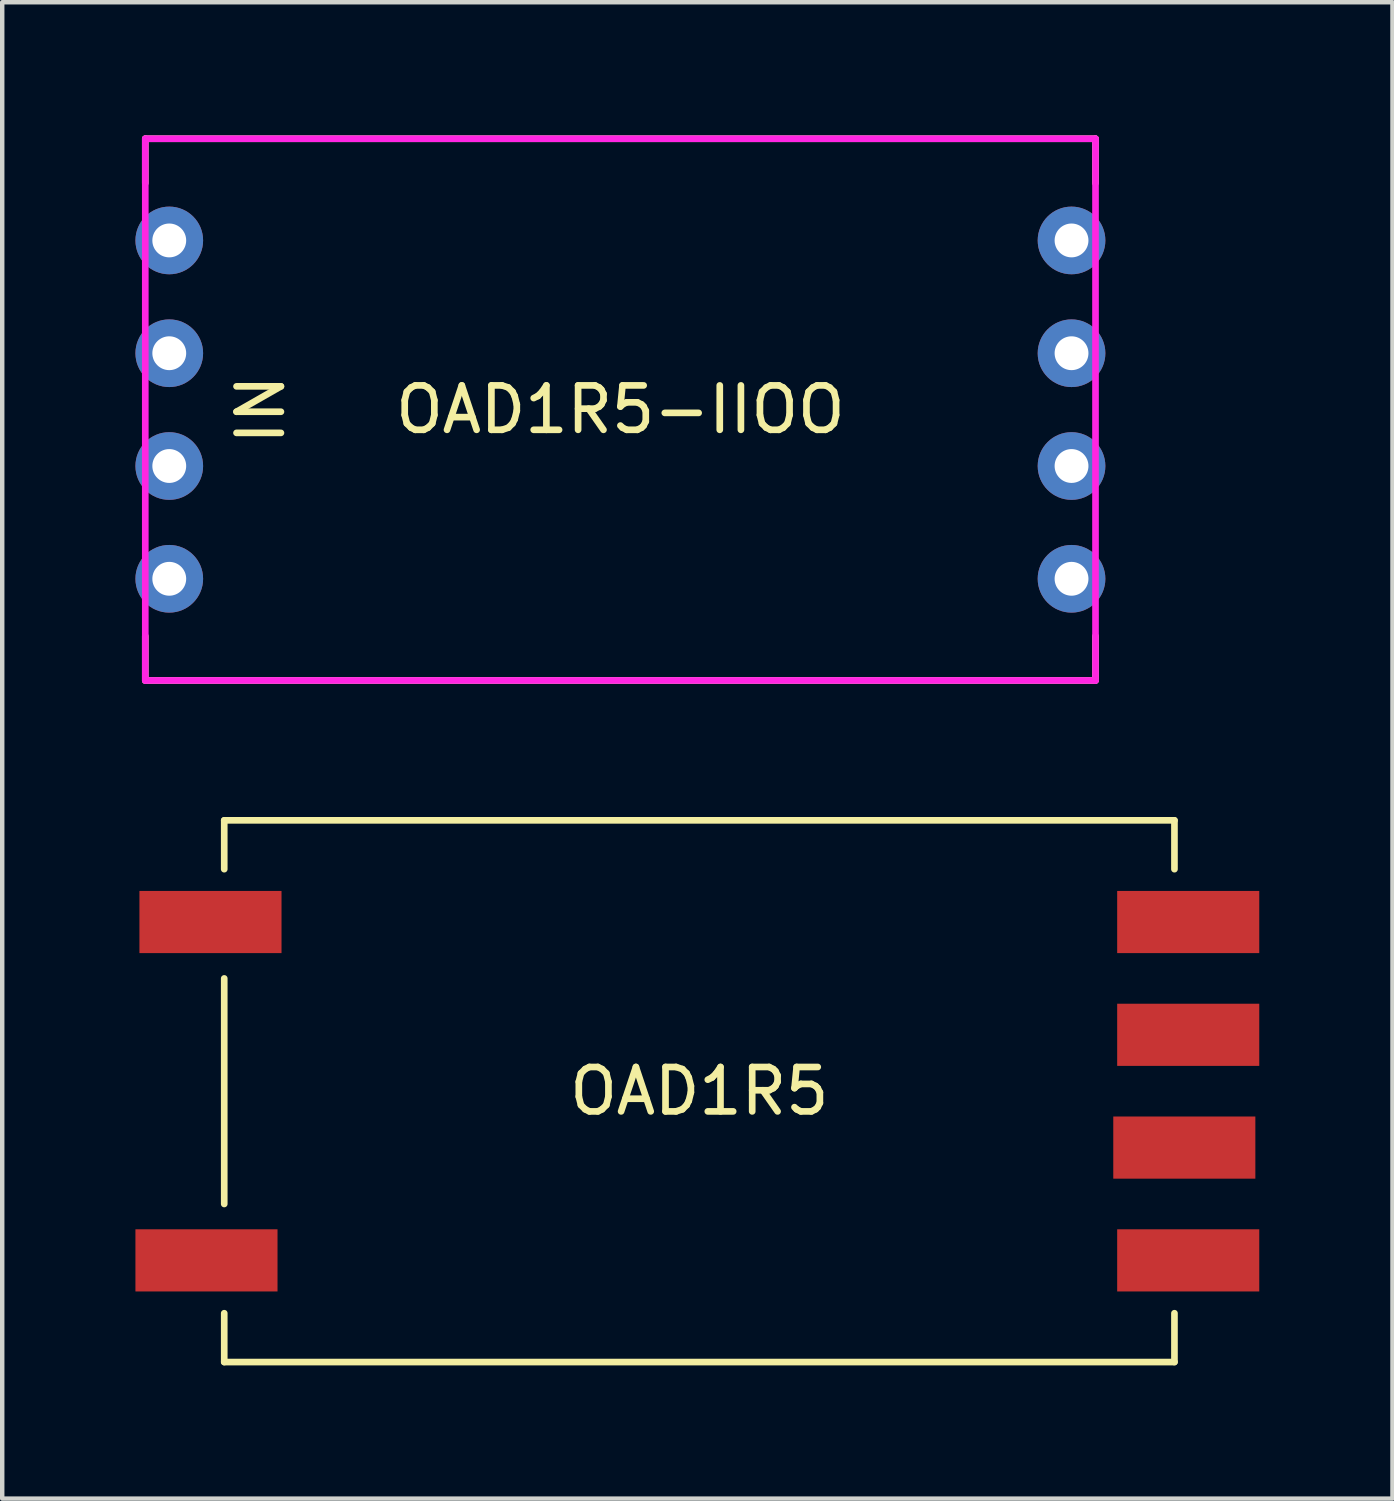
<source format=kicad_pcb>
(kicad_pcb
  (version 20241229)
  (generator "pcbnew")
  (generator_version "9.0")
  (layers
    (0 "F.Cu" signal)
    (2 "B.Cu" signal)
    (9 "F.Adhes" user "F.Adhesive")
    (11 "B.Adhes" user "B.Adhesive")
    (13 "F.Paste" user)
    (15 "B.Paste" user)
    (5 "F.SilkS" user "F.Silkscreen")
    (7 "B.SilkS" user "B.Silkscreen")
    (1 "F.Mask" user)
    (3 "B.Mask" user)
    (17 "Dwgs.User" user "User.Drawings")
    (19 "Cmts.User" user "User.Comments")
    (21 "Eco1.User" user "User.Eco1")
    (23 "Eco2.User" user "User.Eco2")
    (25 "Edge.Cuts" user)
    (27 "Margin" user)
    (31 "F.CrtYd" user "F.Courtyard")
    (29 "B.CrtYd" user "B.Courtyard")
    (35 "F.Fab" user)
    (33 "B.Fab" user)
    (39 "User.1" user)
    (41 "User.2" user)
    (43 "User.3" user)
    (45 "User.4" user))
  (footprint "OAD1R5"
    (layer "F.Cu")
    (at 12.7 21.525)
    (property "Reference" "OAD1R5" (at 0 0 0) (layer "F.SilkS") (effects (font (size 1 1) (thickness 0.15))))
    (attr through_hole)
    (fp_line (start -10.7 -6.1) (end -10.7 -5) (stroke (width 0.15) (type solid)) (layer "F.SilkS"))
    (fp_line (start -10.7 -6.1) (end 10.7 -6.1) (stroke (width 0.15) (type solid)) (layer "F.SilkS"))
    (fp_line (start -10.7 -2.54) (end -10.7 2.54) (stroke (width 0.15) (type solid)) (layer "F.SilkS"))
    (fp_line (start -10.7 5) (end -10.7 6.1) (stroke (width 0.15) (type solid)) (layer "F.SilkS"))
    (fp_line (start -10.7 6.1) (end 10.7 6.1) (stroke (width 0.15) (type solid)) (layer "F.SilkS"))
    (fp_line (start 10.7 -6.1) (end 10.7 -5) (stroke (width 0.15) (type solid)) (layer "F.SilkS"))
    (fp_line (start 10.7 5) (end 10.7 6.1) (stroke (width 0.15) (type solid)) (layer "F.SilkS"))
    (pad "1" smd rect (at -11.01 -3.81) (size 3.2 1.4) (layers "F.Cu" "F.Mask" "F.Paste"))
    (pad "2" smd rect (at -11.1 3.81) (size 3.2 1.4) (layers "F.Cu" "F.Mask" "F.Paste"))
    (pad "3" smd rect (at 11.01 -3.81) (size 3.2 1.4) (layers "F.Cu" "F.Mask" "F.Paste"))
    (pad "4" smd rect (at 11.01 -1.27) (size 3.2 1.4) (layers "F.Cu" "F.Mask" "F.Paste"))
    (pad "5" smd rect (at 10.922 1.27) (size 3.2 1.4) (layers "F.Cu" "F.Mask" "F.Paste"))
    (pad "6" smd rect (at 11.01 3.81) (size 3.2 1.4) (layers "F.Cu" "F.Mask" "F.Paste")))
  (footprint "OAD1R5-IIOO"
    (layer "F.Cu")
    (at 10.922 6.175)
    (property "Reference" "OAD1R5-IIOO" (at 0 0 0) (layer "F.SilkS") (effects (font (size 1 1) (thickness 0.15))))
    (attr through_hole)
    (fp_line (start -10.7 -6.1) (end -10.7 -5.1) (stroke (width 0.15) (type solid)) (layer "F.SilkS"))
    (fp_line (start -10.7 -6.1) (end 10.7 -6.1) (stroke (width 0.15) (type solid)) (layer "F.SilkS"))
    (fp_line (start -10.7 6.1) (end -10.7 5.1) (stroke (width 0.15) (type solid)) (layer "F.SilkS"))
    (fp_line (start -10.7 6.1) (end 10.7 6.1) (stroke (width 0.15) (type solid)) (layer "F.SilkS"))
    (fp_line (start 10.7 -6.1) (end 10.7 -5.1) (stroke (width 0.15) (type solid)) (layer "F.SilkS"))
    (fp_line (start 10.7 6.1) (end 10.7 5.1) (stroke (width 0.15) (type solid)) (layer "F.SilkS"))
    (fp_line (start -10.7 -6.1) (end -10.7 6.1) (stroke (width 0.15) (type solid)) (layer "F.CrtYd"))
    (fp_line (start -10.7 -6.1) (end 10.7 -6.1) (stroke (width 0.15) (type solid)) (layer "F.CrtYd"))
    (fp_line (start -10.7 6.1) (end 10.7 6.1) (stroke (width 0.15) (type solid)) (layer "F.CrtYd"))
    (fp_line (start 10.7 -6.1) (end 10.7 6.1) (stroke (width 0.15) (type solid)) (layer "F.CrtYd"))
    (fp_text user "IN" (at -8.1 0 90) (layer "F.SilkS") (effects (font (size 1 1) (thickness 0.15))))
    (pad "1" thru_hole circle (at -10.16 -3.81) (size 1.524 1.524) (drill 0.762) (layers "*.Cu" "*.Mask"))
    (pad "2" thru_hole circle (at -10.16 3.81) (size 1.524 1.524) (drill 0.762) (layers "*.Cu" "*.Mask"))
    (pad "3" thru_hole circle (at 10.16 -3.81) (size 1.524 1.524) (drill 0.762) (layers "*.Cu" "*.Mask"))
    (pad "4" thru_hole circle (at 10.16 -1.27) (size 1.524 1.524) (drill 0.762) (layers "*.Cu" "*.Mask"))
    (pad "5" thru_hole circle (at -10.16 -1.27) (size 1.524 1.524) (drill 0.762) (layers "*.Cu" "*.Mask"))
    (pad "5" thru_hole circle (at -10.16 1.27) (size 1.524 1.524) (drill 0.762) (layers "*.Cu" "*.Mask"))
    (pad "5" thru_hole circle (at 10.16 1.27) (size 1.524 1.524) (drill 0.762) (layers "*.Cu" "*.Mask"))
    (pad "6" thru_hole circle (at 10.16 3.81) (size 1.524 1.524) (drill 0.762) (layers "*.Cu" "*.Mask")))
  (gr_rect
    (start -3 -3)
    (end 28.31 30.7)
    (stroke (width 0.1) (type default))
    (fill no)
    (layer "Edge.Cuts")))
</source>
